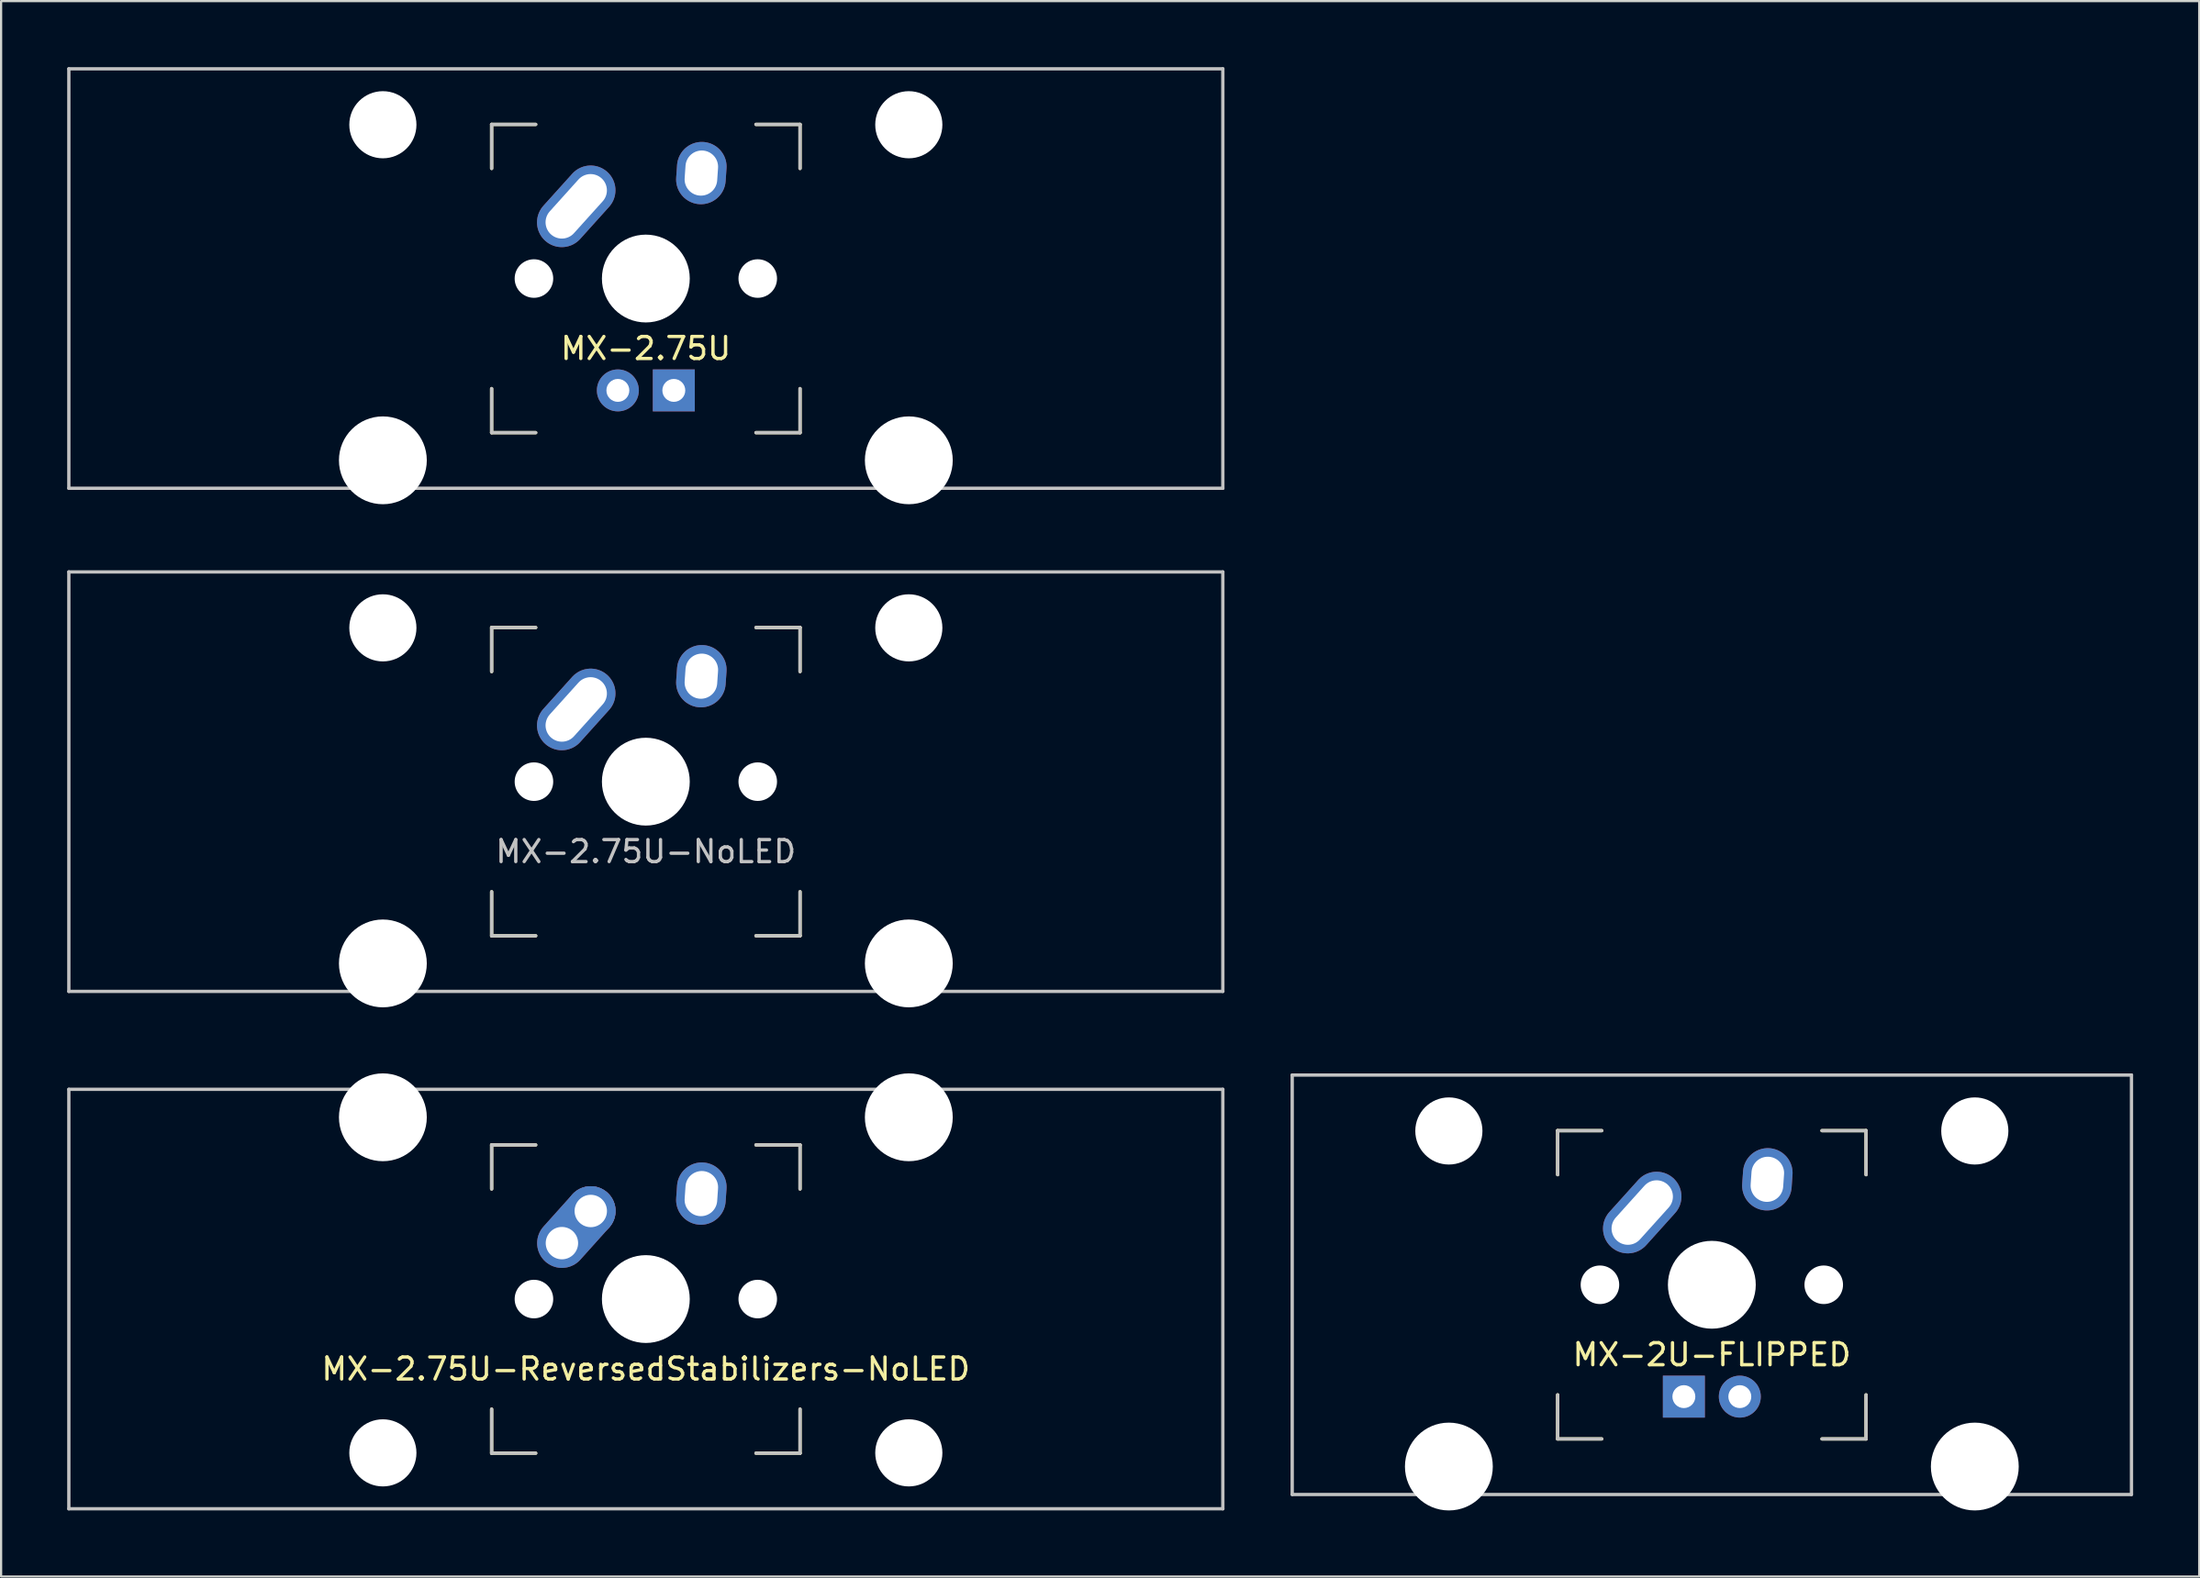
<source format=kicad_pcb>
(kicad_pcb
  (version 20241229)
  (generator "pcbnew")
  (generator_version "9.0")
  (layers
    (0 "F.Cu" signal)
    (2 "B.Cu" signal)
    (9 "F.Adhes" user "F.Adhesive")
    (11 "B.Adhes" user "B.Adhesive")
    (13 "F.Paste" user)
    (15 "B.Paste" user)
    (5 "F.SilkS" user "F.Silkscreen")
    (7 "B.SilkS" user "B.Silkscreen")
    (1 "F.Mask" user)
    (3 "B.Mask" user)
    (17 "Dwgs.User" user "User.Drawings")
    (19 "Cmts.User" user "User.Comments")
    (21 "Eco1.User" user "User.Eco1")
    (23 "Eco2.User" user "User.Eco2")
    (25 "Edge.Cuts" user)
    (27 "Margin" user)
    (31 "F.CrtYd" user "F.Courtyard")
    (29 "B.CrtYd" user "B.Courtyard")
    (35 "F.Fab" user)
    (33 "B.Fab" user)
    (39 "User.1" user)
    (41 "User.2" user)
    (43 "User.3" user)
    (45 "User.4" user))
  (footprint "MX-2.75U-ReversedStabilizers-NoLED"
    (layer "F.Cu")
    (at 26.269 55.947)
    (property "Reference" "MX-2.75U-ReversedStabilizers-NoLED" (at 0 3.175 0) (layer "F.SilkS") (effects (font (size 1 1) (thickness 0.15))))
    (attr through_hole)
    (fp_line (start -7 -7) (end -7 -5) (stroke (width 0.15) (type solid)) (layer "F.SilkS"))
    (fp_line (start -7 5) (end -7 7) (stroke (width 0.15) (type solid)) (layer "F.SilkS"))
    (fp_line (start -7 7) (end -5 7) (stroke (width 0.15) (type solid)) (layer "F.SilkS"))
    (fp_line (start -5 -7) (end -7 -7) (stroke (width 0.15) (type solid)) (layer "F.SilkS"))
    (fp_line (start 5 -7) (end 7 -7) (stroke (width 0.15) (type solid)) (layer "F.SilkS"))
    (fp_line (start 5 7) (end 7 7) (stroke (width 0.15) (type solid)) (layer "F.SilkS"))
    (fp_line (start 7 -7) (end 7 -5) (stroke (width 0.15) (type solid)) (layer "F.SilkS"))
    (fp_line (start 7 7) (end 7 5) (stroke (width 0.15) (type solid)) (layer "F.SilkS"))
    (fp_line (start -26.194 -9.525) (end 26.194 -9.525) (stroke (width 0.15) (type solid)) (layer "Dwgs.User"))
    (fp_line (start -26.194 9.525) (end -26.194 -9.525) (stroke (width 0.15) (type solid)) (layer "Dwgs.User"))
    (fp_line (start -26.194 9.525) (end 26.194 9.525) (stroke (width 0.15) (type solid)) (layer "Dwgs.User"))
    (fp_line (start -7 -7) (end -7 -5) (stroke (width 0.15) (type solid)) (layer "Dwgs.User"))
    (fp_line (start -7 5) (end -7 7) (stroke (width 0.15) (type solid)) (layer "Dwgs.User"))
    (fp_line (start -7 7) (end -5 7) (stroke (width 0.15) (type solid)) (layer "Dwgs.User"))
    (fp_line (start -5 -7) (end -7 -7) (stroke (width 0.15) (type solid)) (layer "Dwgs.User"))
    (fp_line (start 5 -7) (end 7 -7) (stroke (width 0.15) (type solid)) (layer "Dwgs.User"))
    (fp_line (start 5 7) (end 7 7) (stroke (width 0.15) (type solid)) (layer "Dwgs.User"))
    (fp_line (start 7 -7) (end 7 -5) (stroke (width 0.15) (type solid)) (layer "Dwgs.User"))
    (fp_line (start 7 7) (end 7 5) (stroke (width 0.15) (type solid)) (layer "Dwgs.User"))
    (fp_line (start 26.194 -9.525) (end 26.194 9.525) (stroke (width 0.15) (type solid)) (layer "Dwgs.User"))
    (pad "" np_thru_hole circle (at -11.938 -8.255) (size 3.988 3.988) (drill 3.988) (layers "*.Cu" "*.Mask"))
    (pad "" np_thru_hole circle (at -11.938 6.985) (size 3.048 3.048) (drill 3.048) (layers "*.Cu" "*.Mask"))
    (pad "" np_thru_hole circle (at -5.08 0 48.1) (size 1.75 1.75) (drill 1.75) (layers "*.Cu" "*.Mask"))
    (pad "" np_thru_hole circle (at 0 0) (size 3.988 3.988) (drill 3.988) (layers "*.Cu" "*.Mask"))
    (pad "" np_thru_hole circle (at 5.08 0 48.1) (size 1.75 1.75) (drill 1.75) (layers "*.Cu" "*.Mask"))
    (pad "" np_thru_hole circle (at 11.938 -8.255) (size 3.988 3.988) (drill 3.988) (layers "*.Cu" "*.Mask"))
    (pad "" np_thru_hole circle (at 11.938 6.985) (size 3.048 3.048) (drill 3.048) (layers "*.Cu" "*.Mask"))
    (pad "1" thru_hole oval (at -3.81 -2.54 48.1) (size 4.212 2.25) (drill 1.47 (offset 0.981 0)) (layers "*.Cu" "*.Mask"))
    (pad "1" thru_hole circle (at -2.5 -4) (size 2.25 2.25) (drill 1.47) (layers "*.Cu" "*.Mask"))
    (pad "2" thru_hole oval (at 2.52 -4.79 86) (size 2.831 2.25) (drill oval 2.051 1.48) (layers "*.Cu" "*.Mask")))
  (footprint "MX-2U-FLIPPED"
    (layer "F.Cu")
    (at 74.662 55.298)
    (property "Reference" "MX-2U-FLIPPED" (at 0 3.175 0) (layer "F.SilkS") (effects (font (size 1 1) (thickness 0.15))))
    (attr through_hole)
    (fp_line (start -7 -7) (end -7 -5) (stroke (width 0.15) (type solid)) (layer "F.SilkS"))
    (fp_line (start -7 5) (end -7 7) (stroke (width 0.15) (type solid)) (layer "F.SilkS"))
    (fp_line (start -7 7) (end -5 7) (stroke (width 0.15) (type solid)) (layer "F.SilkS"))
    (fp_line (start -5 -7) (end -7 -7) (stroke (width 0.15) (type solid)) (layer "F.SilkS"))
    (fp_line (start 5 -7) (end 7 -7) (stroke (width 0.15) (type solid)) (layer "F.SilkS"))
    (fp_line (start 5 7) (end 7 7) (stroke (width 0.15) (type solid)) (layer "F.SilkS"))
    (fp_line (start 7 -7) (end 7 -5) (stroke (width 0.15) (type solid)) (layer "F.SilkS"))
    (fp_line (start 7 7) (end 7 5) (stroke (width 0.15) (type solid)) (layer "F.SilkS"))
    (fp_line (start -19.05 -9.525) (end 19.05 -9.525) (stroke (width 0.15) (type solid)) (layer "Dwgs.User"))
    (fp_line (start -19.05 9.525) (end -19.05 -9.525) (stroke (width 0.15) (type solid)) (layer "Dwgs.User"))
    (fp_line (start -19.05 9.525) (end 19.05 9.525) (stroke (width 0.15) (type solid)) (layer "Dwgs.User"))
    (fp_line (start -7 -7) (end -7 -5) (stroke (width 0.15) (type solid)) (layer "Dwgs.User"))
    (fp_line (start -7 5) (end -7 7) (stroke (width 0.15) (type solid)) (layer "Dwgs.User"))
    (fp_line (start -7 7) (end -5 7) (stroke (width 0.15) (type solid)) (layer "Dwgs.User"))
    (fp_line (start -5 -7) (end -7 -7) (stroke (width 0.15) (type solid)) (layer "Dwgs.User"))
    (fp_line (start 5 -7) (end 7 -7) (stroke (width 0.15) (type solid)) (layer "Dwgs.User"))
    (fp_line (start 5 7) (end 7 7) (stroke (width 0.15) (type solid)) (layer "Dwgs.User"))
    (fp_line (start 7 -7) (end 7 -5) (stroke (width 0.15) (type solid)) (layer "Dwgs.User"))
    (fp_line (start 7 7) (end 7 5) (stroke (width 0.15) (type solid)) (layer "Dwgs.User"))
    (fp_line (start 19.05 -9.525) (end 19.05 9.525) (stroke (width 0.15) (type solid)) (layer "Dwgs.User"))
    (pad "" np_thru_hole circle (at -11.938 -6.985) (size 3.048 3.048) (drill 3.048) (layers "*.Cu" "*.Mask"))
    (pad "" np_thru_hole circle (at -11.938 8.255) (size 3.988 3.988) (drill 3.988) (layers "*.Cu" "*.Mask"))
    (pad "" np_thru_hole circle (at -5.08 0 48.1) (size 1.75 1.75) (drill 1.75) (layers "*.Cu" "*.Mask"))
    (pad "" np_thru_hole circle (at 0 0) (size 3.988 3.988) (drill 3.988) (layers "*.Cu" "*.Mask"))
    (pad "" np_thru_hole circle (at 5.08 0 48.1) (size 1.75 1.75) (drill 1.75) (layers "*.Cu" "*.Mask"))
    (pad "" np_thru_hole circle (at 11.938 -6.985) (size 3.048 3.048) (drill 3.048) (layers "*.Cu" "*.Mask"))
    (pad "" np_thru_hole circle (at 11.938 8.255) (size 3.988 3.988) (drill 3.988) (layers "*.Cu" "*.Mask"))
    (pad "1" thru_hole oval (at -3.16 -3.28 48) (size 4.21 2.25) (drill oval 3.43 1.48) (layers "*.Cu" "B.Mask"))
    (pad "2" thru_hole oval (at 2.52 -4.79 86) (size 2.831 2.25) (drill oval 2.051 1.48) (layers "*.Cu" "B.Mask"))
    (pad "3" thru_hole circle (at 1.27 5.08) (size 1.905 1.905) (drill 1.04) (layers "*.Cu" "B.Mask"))
    (pad "4" thru_hole rect (at -1.27 5.08) (size 1.905 1.905) (drill 1.04) (layers "*.Cu" "B.Mask")))
  (footprint "MX-2.75U-NoLED"
    (layer "F.Cu")
    (at 26.269 32.449)
    (property "Reference" "MX-2.75U-NoLED" (at 0 3.175 0) (layer "Dwgs.User") (effects (font (size 1 1) (thickness 0.15))))
    (attr through_hole)
    (fp_line (start -7 -7) (end -7 -5) (stroke (width 0.15) (type solid)) (layer "F.SilkS"))
    (fp_line (start -7 5) (end -7 7) (stroke (width 0.15) (type solid)) (layer "F.SilkS"))
    (fp_line (start -7 7) (end -5 7) (stroke (width 0.15) (type solid)) (layer "F.SilkS"))
    (fp_line (start -5 -7) (end -7 -7) (stroke (width 0.15) (type solid)) (layer "F.SilkS"))
    (fp_line (start 5 -7) (end 7 -7) (stroke (width 0.15) (type solid)) (layer "F.SilkS"))
    (fp_line (start 5 7) (end 7 7) (stroke (width 0.15) (type solid)) (layer "F.SilkS"))
    (fp_line (start 7 -7) (end 7 -5) (stroke (width 0.15) (type solid)) (layer "F.SilkS"))
    (fp_line (start 7 7) (end 7 5) (stroke (width 0.15) (type solid)) (layer "F.SilkS"))
    (fp_line (start -26.194 -9.525) (end 26.194 -9.525) (stroke (width 0.15) (type solid)) (layer "Dwgs.User"))
    (fp_line (start -26.194 9.525) (end -26.194 -9.525) (stroke (width 0.15) (type solid)) (layer "Dwgs.User"))
    (fp_line (start -26.194 9.525) (end 26.194 9.525) (stroke (width 0.15) (type solid)) (layer "Dwgs.User"))
    (fp_line (start -7 -7) (end -7 -5) (stroke (width 0.15) (type solid)) (layer "Dwgs.User"))
    (fp_line (start -7 5) (end -7 7) (stroke (width 0.15) (type solid)) (layer "Dwgs.User"))
    (fp_line (start -7 7) (end -5 7) (stroke (width 0.15) (type solid)) (layer "Dwgs.User"))
    (fp_line (start -5 -7) (end -7 -7) (stroke (width 0.15) (type solid)) (layer "Dwgs.User"))
    (fp_line (start 5 -7) (end 7 -7) (stroke (width 0.15) (type solid)) (layer "Dwgs.User"))
    (fp_line (start 5 7) (end 7 7) (stroke (width 0.15) (type solid)) (layer "Dwgs.User"))
    (fp_line (start 7 -7) (end 7 -5) (stroke (width 0.15) (type solid)) (layer "Dwgs.User"))
    (fp_line (start 7 7) (end 7 5) (stroke (width 0.15) (type solid)) (layer "Dwgs.User"))
    (fp_line (start 26.194 -9.525) (end 26.194 9.525) (stroke (width 0.15) (type solid)) (layer "Dwgs.User"))
    (pad "" np_thru_hole circle (at -11.938 -6.985) (size 3.048 3.048) (drill 3.048) (layers "*.Cu" "*.Mask"))
    (pad "" np_thru_hole circle (at -11.938 8.255) (size 3.988 3.988) (drill 3.988) (layers "*.Cu" "*.Mask"))
    (pad "" np_thru_hole circle (at -5.08 0 48.1) (size 1.75 1.75) (drill 1.75) (layers "*.Cu" "*.Mask"))
    (pad "" np_thru_hole circle (at 0 0) (size 3.988 3.988) (drill 3.988) (layers "*.Cu" "*.Mask"))
    (pad "" np_thru_hole circle (at 5.08 0 48.1) (size 1.75 1.75) (drill 1.75) (layers "*.Cu" "*.Mask"))
    (pad "" np_thru_hole circle (at 11.938 -6.985) (size 3.048 3.048) (drill 3.048) (layers "*.Cu" "*.Mask"))
    (pad "" np_thru_hole circle (at 11.938 8.255) (size 3.988 3.988) (drill 3.988) (layers "*.Cu" "*.Mask"))
    (pad "1" thru_hole oval (at -3.16 -3.28 48) (size 4.21 2.25) (drill oval 3.43 1.48) (layers "*.Cu" "B.Mask"))
    (pad "2" thru_hole oval (at 2.52 -4.79 86) (size 2.831 2.25) (drill oval 2.051 1.48) (layers "*.Cu" "B.Mask")))
  (footprint "MX-2.75U"
    (layer "F.Cu")
    (at 26.269 9.6)
    (property "Reference" "MX-2.75U" (at 0 3.175 0) (layer "F.SilkS") (effects (font (size 1 1) (thickness 0.15))))
    (attr through_hole)
    (fp_line (start -7 -7) (end -7 -5) (stroke (width 0.15) (type solid)) (layer "F.SilkS"))
    (fp_line (start -7 5) (end -7 7) (stroke (width 0.15) (type solid)) (layer "F.SilkS"))
    (fp_line (start -7 7) (end -5 7) (stroke (width 0.15) (type solid)) (layer "F.SilkS"))
    (fp_line (start -5 -7) (end -7 -7) (stroke (width 0.15) (type solid)) (layer "F.SilkS"))
    (fp_line (start 5 -7) (end 7 -7) (stroke (width 0.15) (type solid)) (layer "F.SilkS"))
    (fp_line (start 5 7) (end 7 7) (stroke (width 0.15) (type solid)) (layer "F.SilkS"))
    (fp_line (start 7 -7) (end 7 -5) (stroke (width 0.15) (type solid)) (layer "F.SilkS"))
    (fp_line (start 7 7) (end 7 5) (stroke (width 0.15) (type solid)) (layer "F.SilkS"))
    (fp_line (start -26.194 -9.525) (end 26.194 -9.525) (stroke (width 0.15) (type solid)) (layer "Dwgs.User"))
    (fp_line (start -26.194 9.525) (end -26.194 -9.525) (stroke (width 0.15) (type solid)) (layer "Dwgs.User"))
    (fp_line (start -26.194 9.525) (end 26.194 9.525) (stroke (width 0.15) (type solid)) (layer "Dwgs.User"))
    (fp_line (start -7 -7) (end -7 -5) (stroke (width 0.15) (type solid)) (layer "Dwgs.User"))
    (fp_line (start -7 5) (end -7 7) (stroke (width 0.15) (type solid)) (layer "Dwgs.User"))
    (fp_line (start -7 7) (end -5 7) (stroke (width 0.15) (type solid)) (layer "Dwgs.User"))
    (fp_line (start -5 -7) (end -7 -7) (stroke (width 0.15) (type solid)) (layer "Dwgs.User"))
    (fp_line (start 5 -7) (end 7 -7) (stroke (width 0.15) (type solid)) (layer "Dwgs.User"))
    (fp_line (start 5 7) (end 7 7) (stroke (width 0.15) (type solid)) (layer "Dwgs.User"))
    (fp_line (start 7 -7) (end 7 -5) (stroke (width 0.15) (type solid)) (layer "Dwgs.User"))
    (fp_line (start 7 7) (end 7 5) (stroke (width 0.15) (type solid)) (layer "Dwgs.User"))
    (fp_line (start 26.194 -9.525) (end 26.194 9.525) (stroke (width 0.15) (type solid)) (layer "Dwgs.User"))
    (pad "" np_thru_hole circle (at -11.938 -6.985) (size 3.048 3.048) (drill 3.048) (layers "*.Cu" "*.Mask"))
    (pad "" np_thru_hole circle (at -11.938 8.255) (size 3.988 3.988) (drill 3.988) (layers "*.Cu" "*.Mask"))
    (pad "" np_thru_hole circle (at -5.08 0 48.1) (size 1.75 1.75) (drill 1.75) (layers "*.Cu" "*.Mask"))
    (pad "" np_thru_hole circle (at 0 0) (size 3.988 3.988) (drill 3.988) (layers "*.Cu" "*.Mask"))
    (pad "" np_thru_hole circle (at 5.08 0 48.1) (size 1.75 1.75) (drill 1.75) (layers "*.Cu" "*.Mask"))
    (pad "" np_thru_hole circle (at 11.938 -6.985) (size 3.048 3.048) (drill 3.048) (layers "*.Cu" "*.Mask"))
    (pad "" np_thru_hole circle (at 11.938 8.255) (size 3.988 3.988) (drill 3.988) (layers "*.Cu" "*.Mask"))
    (pad "1" thru_hole oval (at -3.16 -3.28 48) (size 4.21 2.25) (drill oval 3.43 1.48) (layers "*.Cu" "B.Mask"))
    (pad "2" thru_hole oval (at 2.52 -4.79 86) (size 2.831 2.25) (drill oval 2.051 1.48) (layers "*.Cu" "B.Mask"))
    (pad "3" thru_hole circle (at -1.27 5.08) (size 1.905 1.905) (drill 1.04) (layers "*.Cu" "B.Mask"))
    (pad "4" thru_hole rect (at 1.27 5.08) (size 1.905 1.905) (drill 1.04) (layers "*.Cu" "B.Mask")))
  (gr_rect
    (start -3 -3)
    (end 96.787 68.547)
    (stroke (width 0.1) (type default))
    (fill no)
    (layer "Edge.Cuts")))
</source>
